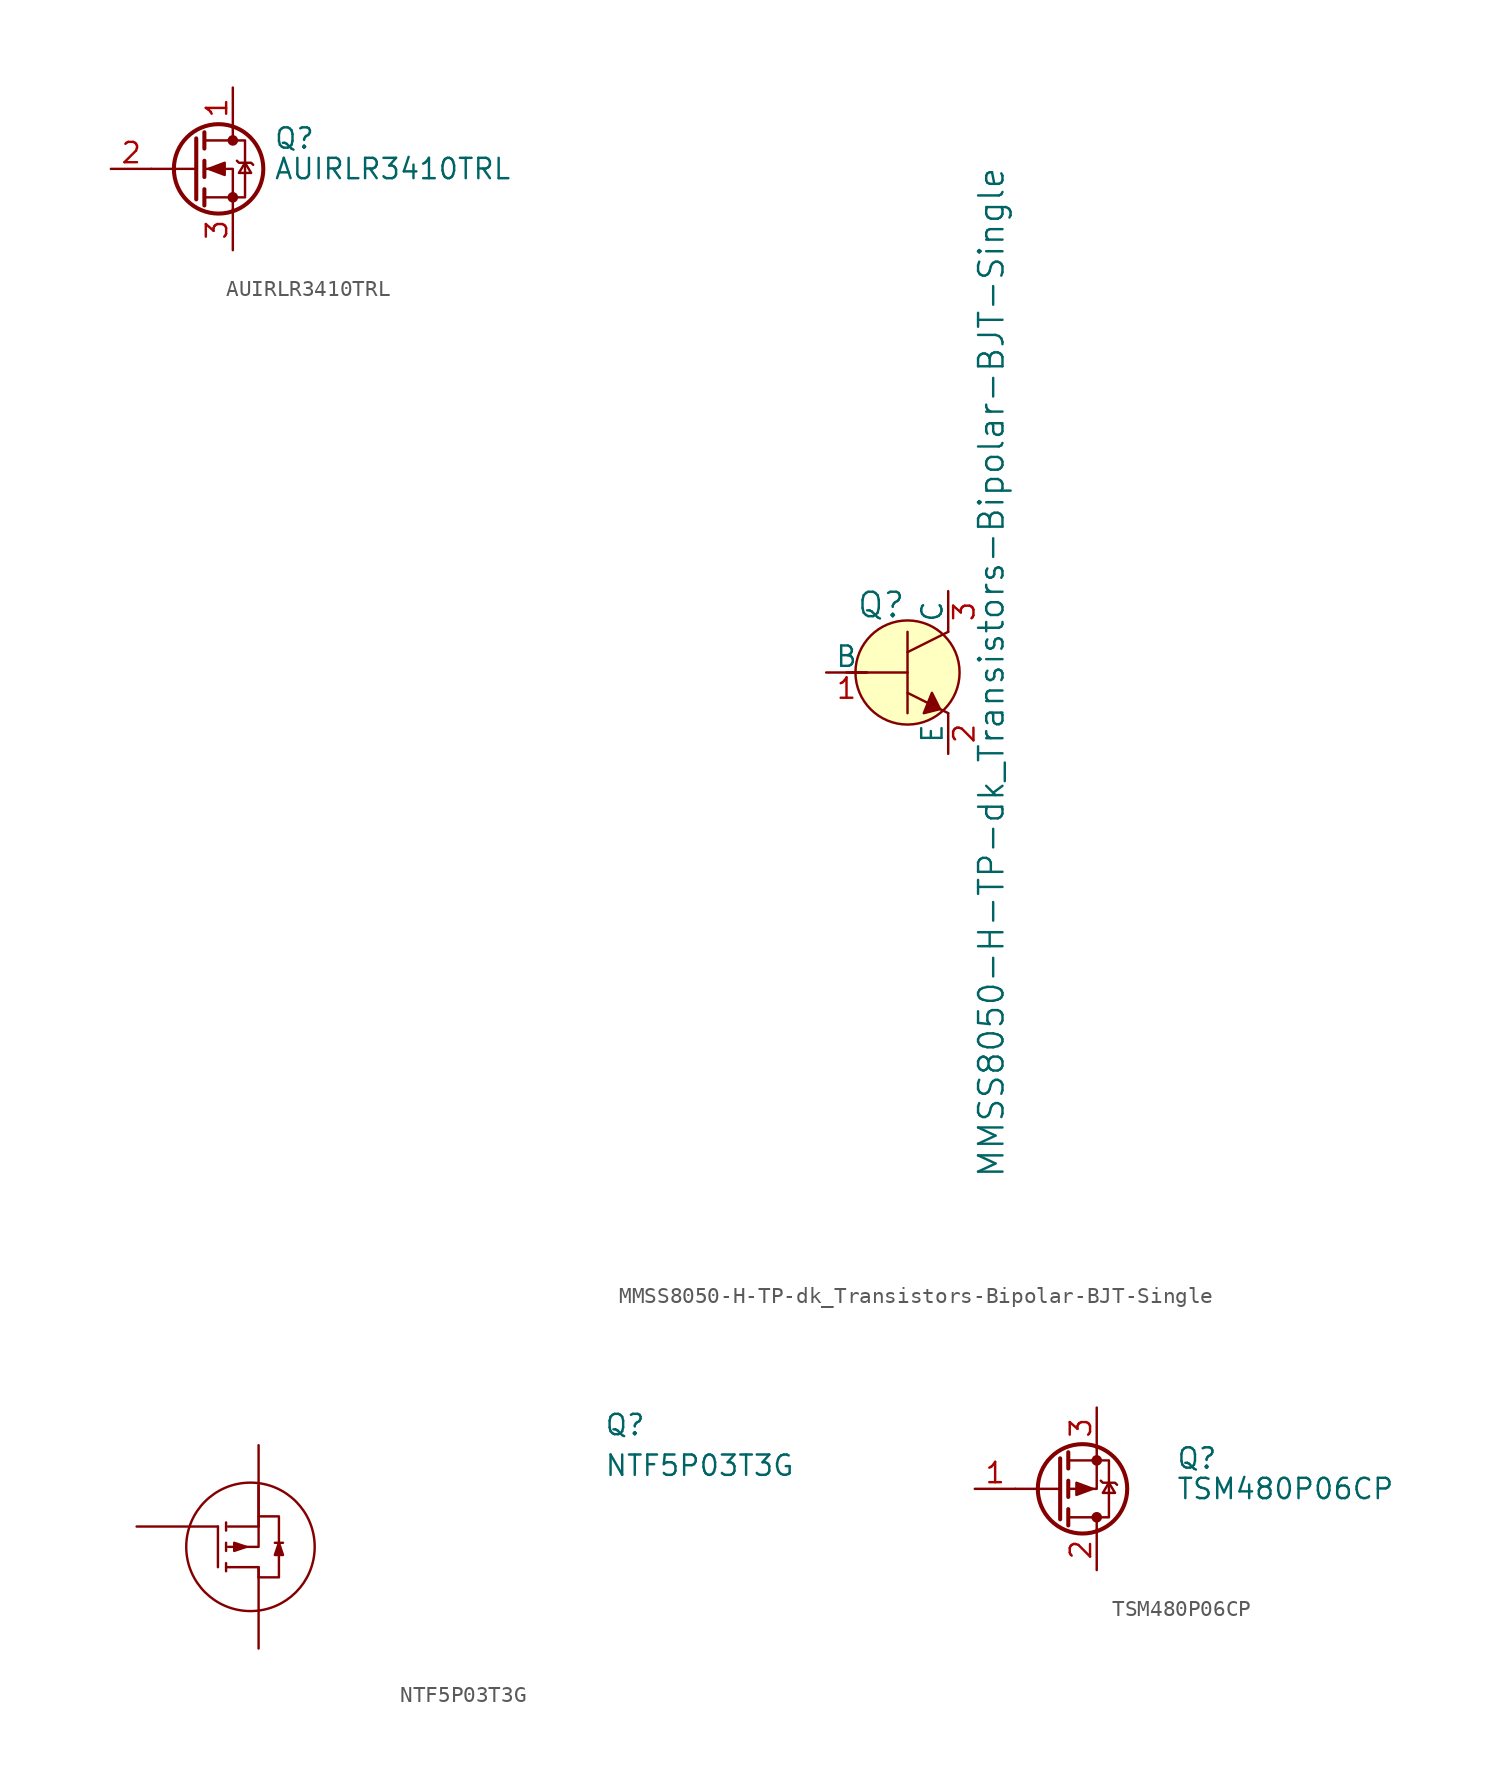
<source format=kicad_sym>
(kicad_symbol_lib
  (version 20211014)
  (generator kicad_symbol_editor)
  (symbol "AUIRLR3410TRL"
    (pin_names hide)
    (property "Reference" "Q"
      (at 5.08 1.905 0)
      (effects (font (size 1.27 1.27)) (justify left)))
    (property "Value" "AUIRLR3410TRL"
      (at 5.08 0 0)
      (effects (font (size 1.27 1.27)) (justify left)))
    (symbol "AUIRLR3410TRL_0_1"
      (polyline (pts (xy 0.254 0) (xy -2.54 0)) (stroke (width 0) (type default) (color 0 0 0 0)) (fill (type none)))
      (polyline (pts (xy 0.254 1.905) (xy 0.254 -1.905)) (stroke (width 0.254) (type default) (color 0 0 0 0)) (fill (type none)))
      (polyline (pts (xy 0.762 -1.27) (xy 0.762 -2.286)) (stroke (width 0.254) (type default) (color 0 0 0 0)) (fill (type none)))
      (polyline (pts (xy 0.762 0.508) (xy 0.762 -0.508)) (stroke (width 0.254) (type default) (color 0 0 0 0)) (fill (type none)))
      (polyline (pts (xy 0.762 2.286) (xy 0.762 1.27)) (stroke (width 0.254) (type default) (color 0 0 0 0)) (fill (type none)))
      (polyline (pts (xy 2.54 2.54) (xy 2.54 1.778)) (stroke (width 0) (type default) (color 0 0 0 0)) (fill (type none)))
      (polyline (pts (xy 2.54 -2.54) (xy 2.54 0) (xy 0.762 0)) (stroke (width 0) (type default) (color 0 0 0 0)) (fill (type none)))
      (polyline (pts (xy 0.762 -1.778) (xy 3.302 -1.778) (xy 3.302 1.778) (xy 0.762 1.778)) (stroke (width 0) (type default) (color 0 0 0 0)) (fill (type none)))
      (polyline (pts (xy 1.016 0) (xy 2.032 0.381) (xy 2.032 -0.381) (xy 1.016 0)) (stroke (width 0) (type default) (color 0 0 0 0)) (fill (type outline)))
      (polyline (pts (xy 2.794 0.508) (xy 2.921 0.381) (xy 3.683 0.381) (xy 3.81 0.254)) (stroke (width 0) (type default) (color 0 0 0 0)) (fill (type none)))
      (polyline (pts (xy 3.302 0.381) (xy 2.921 -0.254) (xy 3.683 -0.254) (xy 3.302 0.381)) (stroke (width 0) (type default) (color 0 0 0 0)) (fill (type none)))
      (circle (center 1.651 0) (radius 2.794) (stroke (width 0.254) (type default) (color 0 0 0 0)) (fill (type none)))
      (circle (center 2.54 -1.778) (radius 0.254) (stroke (width 0) (type default) (color 0 0 0 0)) (fill (type outline)))
      (circle (center 2.54 1.778) (radius 0.254) (stroke (width 0) (type default) (color 0 0 0 0)) (fill (type outline))))
    (symbol "AUIRLR3410TRL_1_1"
      (pin passive line (at 2.54 5.08 270) (length 2.54) (name "D" (effects (font (size 1.27 1.27)))) (number "1" (effects (font (size 1.27 1.27)))))
      (pin input line (at -5.08 0 0) (length 2.54) (name "G" (effects (font (size 1.27 1.27)))) (number "2" (effects (font (size 1.27 1.27)))))
      (pin passive line (at 2.54 -5.08 90) (length 2.54) (name "S" (effects (font (size 1.27 1.27)))) (number "3" (effects (font (size 1.27 1.27)))))))
  (symbol "MMSS8050-H-TP-dk_Transistors-Bipolar-BJT-Single"
    (pin_names
      (offset 0))
    (property "Reference" "Q"
      (at -3.2 4.216 0)
      (effects (font (size 1.524 1.524)) (justify left)))
    (property "Value" "MMSS8050-H-TP-dk_Transistors-Bipolar-BJT-Single"
      (at 5.232 0 90)
      (effects (font (size 1.524 1.524))))
    (symbol "MMSS8050-H-TP-dk_Transistors-Bipolar-BJT-Single_0_1"
      (polyline (pts (xy -3.81 0) (xy -2.54 0)) (stroke (width 0) (type default) (color 0 0 0 0)) (fill (type none)))
      (polyline (pts (xy -3.556 0) (xy 0 0)) (stroke (width 0) (type default) (color 0 0 0 0)) (fill (type none)))
      (polyline (pts (xy 0 -1.27) (xy 2.54 -2.54)) (stroke (width 0) (type default) (color 0 0 0 0)) (fill (type none)))
      (polyline (pts (xy 0 1.27) (xy 2.54 2.54)) (stroke (width 0) (type default) (color 0 0 0 0)) (fill (type none)))
      (polyline (pts (xy 0 2.54) (xy 0 -2.54)) (stroke (width 0) (type default) (color 0 0 0 0)) (fill (type none)))
      (polyline (pts (xy 1.524 -1.27) (xy 2.032 -2.286) (xy 1.016 -2.54) (xy 1.524 -1.27)) (stroke (width 0) (type default) (color 0 0 0 0)) (fill (type outline)))
      (circle (center 0 0) (radius 3.251) (stroke (width 0) (type default) (color 0 0 0 0)) (fill (type background))))
    (symbol "MMSS8050-H-TP-dk_Transistors-Bipolar-BJT-Single_1_1"
      (pin input line (at -5.08 0 0) (length 2.54) (name "B" (effects (font (size 1.27 1.27)))) (number "1" (effects (font (size 1.27 1.27)))))
      (pin passive line (at 2.54 -5.08 90) (length 2.54) (name "E" (effects (font (size 1.27 1.27)))) (number "2" (effects (font (size 1.27 1.27)))))
      (pin passive line (at 2.54 5.08 270) (length 2.54) (name "C" (effects (font (size 1.27 1.27)))) (number "3" (effects (font (size 1.27 1.27)))))))
  (symbol "NTF5P03T3G"
    (pin_numbers hide)
    (pin_names
      (offset 0.762) hide)
    (property "Reference" "Q"
      (at 21.59 7.62 0)
      (effects (font (size 1.27 1.27)) (justify left)))
    (property "Value" "NTF5P03T3G"
      (at 21.59 5.08 0)
      (effects (font (size 1.27 1.27)) (justify left)))
    (symbol "NTF5P03T3G_0_0"
      (pin passive line (at -7.62 1.27 0) (length 5.08) (name "G" (effects (font (size 1.27 1.27)))) (number "1" (effects (font (size 1.27 1.27)))))
      (pin passive line (at 0 -6.35 90) (length 5.08) (name "D" (effects (font (size 1.27 1.27)))) (number "2" (effects (font (size 1.27 1.27)))))
      (pin passive line (at 0 6.35 270) (length 5.08) (name "S" (effects (font (size 1.27 1.27)))) (number "3" (effects (font (size 1.27 1.27))))))
    (symbol "NTF5P03T3G_0_1"
      (circle (center -0.508 0) (radius 4.013) (stroke (width 0.152) (type default) (color 0 0 0 0)) (fill (type none)))
      (polyline (pts (xy -2.54 1.27) (xy -2.54 -1.27)) (stroke (width 0.152) (type default) (color 0 0 0 0)) (fill (type none)))
      (polyline (pts (xy -2.032 -1.016) (xy -2.032 -1.524)) (stroke (width 0.152) (type default) (color 0 0 0 0)) (fill (type none)))
      (polyline (pts (xy -2.032 0.254) (xy -2.032 -0.254)) (stroke (width 0.152) (type default) (color 0 0 0 0)) (fill (type none)))
      (polyline (pts (xy -2.032 1.524) (xy -2.032 1.016)) (stroke (width 0.152) (type default) (color 0 0 0 0)) (fill (type none)))
      (polyline (pts (xy -1.905 1.27) (xy 0 1.27)) (stroke (width 0.152) (type default) (color 0 0 0 0)) (fill (type none)))
      (polyline (pts (xy 1.016 0.254) (xy 1.524 0.254)) (stroke (width 0.152) (type default) (color 0 0 0 0)) (fill (type none)))
      (polyline (pts (xy -2.032 -1.27) (xy 0 -1.27) (xy 0 -1.905)) (stroke (width 0) (type default) (color 0 0 0 0)) (fill (type none)))
      (polyline (pts (xy -1.905 0) (xy 0 0) (xy 0 3.81)) (stroke (width 0.152) (type default) (color 0 0 0 0)) (fill (type none)))
      (polyline (pts (xy -1.524 0.254) (xy -1.524 -0.254) (xy -0.762 0) (xy -1.524 0.254)) (stroke (width 0.152) (type default) (color 0 0 0 0)) (fill (type outline)))
      (polyline (pts (xy 0 -1.905) (xy 1.27 -1.905) (xy 1.27 1.905) (xy 0 1.905)) (stroke (width 0.152) (type default) (color 0 0 0 0)) (fill (type none)))
      (polyline (pts (xy 1.016 -0.508) (xy 1.524 -0.508) (xy 1.27 0.254) (xy 1.016 -0.508)) (stroke (width 0.152) (type default) (color 0 0 0 0)) (fill (type outline)))))
  (symbol "TSM480P06CP"
    (pin_names hide)
    (property "Reference" "Q"
      (at 4.953 1.905 0)
      (effects (font (size 1.27 1.27)) (justify left)))
    (property "Value" "TSM480P06CP"
      (at 4.953 0 0)
      (effects (font (size 1.27 1.27)) (justify left)))
    (symbol "TSM480P06CP_0_1"
      (circle (center -0.889 0) (radius 2.794) (stroke (width 0.254) (type default) (color 0 0 0 0)) (fill (type none)))
      (circle (center 0 -1.778) (radius 0.254) (stroke (width 0) (type default) (color 0 0 0 0)) (fill (type outline)))
      (polyline (pts (xy -2.286 -1.905) (xy -2.286 1.905)) (stroke (width 0.254) (type default) (color 0 0 0 0)) (fill (type none)))
      (polyline (pts (xy -2.286 0) (xy -5.08 0)) (stroke (width 0) (type default) (color 0 0 0 0)) (fill (type none)))
      (polyline (pts (xy -1.778 -2.286) (xy -1.778 -1.27)) (stroke (width 0.254) (type default) (color 0 0 0 0)) (fill (type none)))
      (polyline (pts (xy -1.778 -0.508) (xy -1.778 0.508)) (stroke (width 0.254) (type default) (color 0 0 0 0)) (fill (type none)))
      (polyline (pts (xy -1.778 1.27) (xy -1.778 2.286)) (stroke (width 0.254) (type default) (color 0 0 0 0)) (fill (type none)))
      (polyline (pts (xy 0 -2.54) (xy 0 -1.778)) (stroke (width 0) (type default) (color 0 0 0 0)) (fill (type none)))
      (polyline (pts (xy 0 2.54) (xy 0 0) (xy -1.778 0)) (stroke (width 0) (type default) (color 0 0 0 0)) (fill (type none)))
      (polyline (pts (xy -1.778 -1.778) (xy 0.762 -1.778) (xy 0.762 1.778) (xy -1.778 1.778)) (stroke (width 0) (type default) (color 0 0 0 0)) (fill (type none)))
      (polyline (pts (xy -0.254 0) (xy -1.27 -0.381) (xy -1.27 0.381) (xy -0.254 0)) (stroke (width 0) (type default) (color 0 0 0 0)) (fill (type outline)))
      (polyline (pts (xy 0.254 0.508) (xy 0.381 0.381) (xy 1.143 0.381) (xy 1.27 0.254)) (stroke (width 0) (type default) (color 0 0 0 0)) (fill (type none)))
      (polyline (pts (xy 0.762 0.381) (xy 0.381 -0.254) (xy 1.143 -0.254) (xy 0.762 0.381)) (stroke (width 0) (type default) (color 0 0 0 0)) (fill (type none)))
      (circle (center 0 1.778) (radius 0.254) (stroke (width 0) (type default) (color 0 0 0 0)) (fill (type outline))))
    (symbol "TSM480P06CP_1_1"
      (pin input line (at -7.62 0 0) (length 2.54) (name "G" (effects (font (size 1.27 1.27)))) (number "1" (effects (font (size 1.27 1.27)))))
      (pin passive line (at 0 -5.08 90) (length 2.54) (name "D" (effects (font (size 1.27 1.27)))) (number "2" (effects (font (size 1.27 1.27)))))
      (pin passive line (at 0 5.08 270) (length 2.54) (name "S" (effects (font (size 1.27 1.27)))) (number "3" (effects (font (size 1.27 1.27))))))))
</source>
